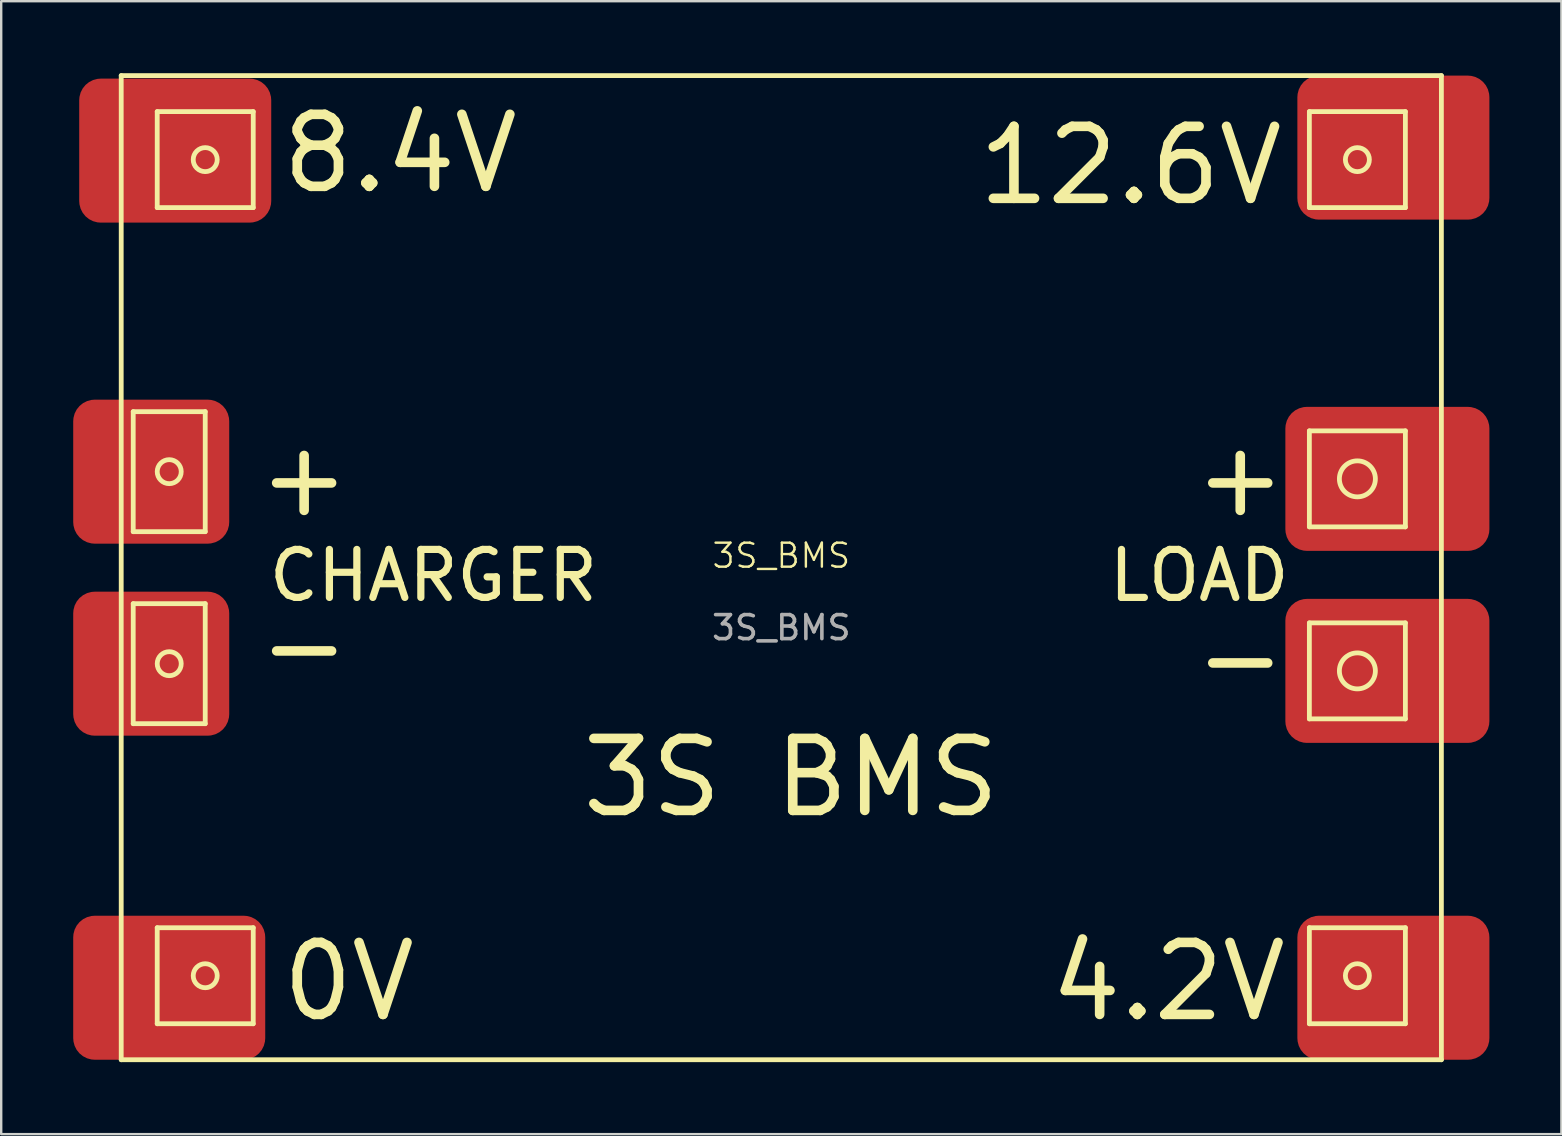
<source format=kicad_pcb>
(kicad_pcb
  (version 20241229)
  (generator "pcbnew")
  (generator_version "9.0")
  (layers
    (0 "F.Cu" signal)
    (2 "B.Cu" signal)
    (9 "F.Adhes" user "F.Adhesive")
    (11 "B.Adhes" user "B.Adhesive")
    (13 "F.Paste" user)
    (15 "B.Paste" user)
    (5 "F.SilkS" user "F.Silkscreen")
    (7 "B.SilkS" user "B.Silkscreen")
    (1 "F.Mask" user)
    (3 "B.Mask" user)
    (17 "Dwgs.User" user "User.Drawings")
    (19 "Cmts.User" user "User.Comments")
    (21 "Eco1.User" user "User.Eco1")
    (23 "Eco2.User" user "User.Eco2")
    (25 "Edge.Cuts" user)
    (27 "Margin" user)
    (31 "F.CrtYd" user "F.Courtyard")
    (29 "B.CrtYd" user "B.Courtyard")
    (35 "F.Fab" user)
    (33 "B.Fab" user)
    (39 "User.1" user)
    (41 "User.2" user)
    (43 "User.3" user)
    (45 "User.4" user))
  (footprint "3S_BMS"
    (layer "F.Cu")
    (at 29.5 20.6)
    (property "Reference" "3S_BMS" (at 0 -0.5 0) (unlocked yes) (layer "F.SilkS") (effects (font (size 1 1) (thickness 0.1))))
    (attr smd)
    (fp_line (start -27.5 -20.5) (end -27.5 20.5) (stroke (width 0.2) (type default)) (layer "F.SilkS"))
    (fp_line (start -27.5 20.5) (end 27.5 20.5) (stroke (width 0.2) (type default)) (layer "F.SilkS"))
    (fp_line (start -27 -6.5) (end -27 -1.5) (stroke (width 0.2) (type default)) (layer "F.SilkS"))
    (fp_line (start -27 -1.5) (end -24 -1.5) (stroke (width 0.2) (type default)) (layer "F.SilkS"))
    (fp_line (start -27 1.5) (end -27 6.5) (stroke (width 0.2) (type default)) (layer "F.SilkS"))
    (fp_line (start -27 6.5) (end -24 6.5) (stroke (width 0.2) (type default)) (layer "F.SilkS"))
    (fp_line (start -26 -19) (end -26 -15) (stroke (width 0.2) (type default)) (layer "F.SilkS"))
    (fp_line (start -26 -15) (end -22 -15) (stroke (width 0.2) (type default)) (layer "F.SilkS"))
    (fp_line (start -26 15) (end -26 19) (stroke (width 0.2) (type default)) (layer "F.SilkS"))
    (fp_line (start -26 19) (end -22 19) (stroke (width 0.2) (type default)) (layer "F.SilkS"))
    (fp_line (start -24 -6.5) (end -27 -6.5) (stroke (width 0.2) (type default)) (layer "F.SilkS"))
    (fp_line (start -24 -1.5) (end -24 -6.5) (stroke (width 0.2) (type default)) (layer "F.SilkS"))
    (fp_line (start -24 1.5) (end -27 1.5) (stroke (width 0.2) (type default)) (layer "F.SilkS"))
    (fp_line (start -24 6.5) (end -24 1.5) (stroke (width 0.2) (type default)) (layer "F.SilkS"))
    (fp_line (start -22 -19) (end -26 -19) (stroke (width 0.2) (type default)) (layer "F.SilkS"))
    (fp_line (start -22 -15) (end -22 -19) (stroke (width 0.2) (type default)) (layer "F.SilkS"))
    (fp_line (start -22 15) (end -26 15) (stroke (width 0.2) (type default)) (layer "F.SilkS"))
    (fp_line (start -22 19) (end -22 15) (stroke (width 0.2) (type default)) (layer "F.SilkS"))
    (fp_line (start 22 -19) (end 22 -15) (stroke (width 0.2) (type default)) (layer "F.SilkS"))
    (fp_line (start 22 -15) (end 26 -15) (stroke (width 0.2) (type default)) (layer "F.SilkS"))
    (fp_line (start 22 -5.7) (end 22 -1.7) (stroke (width 0.2) (type default)) (layer "F.SilkS"))
    (fp_line (start 22 -1.7) (end 26 -1.7) (stroke (width 0.2) (type default)) (layer "F.SilkS"))
    (fp_line (start 22 2.3) (end 22 6.3) (stroke (width 0.2) (type default)) (layer "F.SilkS"))
    (fp_line (start 22 6.3) (end 26 6.3) (stroke (width 0.2) (type default)) (layer "F.SilkS"))
    (fp_line (start 22 15) (end 22 19) (stroke (width 0.2) (type default)) (layer "F.SilkS"))
    (fp_line (start 22 19) (end 26 19) (stroke (width 0.2) (type default)) (layer "F.SilkS"))
    (fp_line (start 26 -19) (end 22 -19) (stroke (width 0.2) (type default)) (layer "F.SilkS"))
    (fp_line (start 26 -15) (end 26 -19) (stroke (width 0.2) (type default)) (layer "F.SilkS"))
    (fp_line (start 26 -5.7) (end 22 -5.7) (stroke (width 0.2) (type default)) (layer "F.SilkS"))
    (fp_line (start 26 -1.7) (end 26 -5.7) (stroke (width 0.2) (type default)) (layer "F.SilkS"))
    (fp_line (start 26 2.3) (end 22 2.3) (stroke (width 0.2) (type default)) (layer "F.SilkS"))
    (fp_line (start 26 6.3) (end 26 2.3) (stroke (width 0.2) (type default)) (layer "F.SilkS"))
    (fp_line (start 26 15) (end 22 15) (stroke (width 0.2) (type default)) (layer "F.SilkS"))
    (fp_line (start 26 19) (end 26 15) (stroke (width 0.2) (type default)) (layer "F.SilkS"))
    (fp_line (start 27.5 -20.5) (end -27.5 -20.5) (stroke (width 0.2) (type default)) (layer "F.SilkS"))
    (fp_line (start 27.5 20.5) (end 27.5 -20.5) (stroke (width 0.2) (type default)) (layer "F.SilkS"))
    (fp_circle (center -25.5 -4) (end -25.5 -3.5) (stroke (width 0.2) (type default)) (fill no) (layer "F.SilkS"))
    (fp_circle (center -25.5 4) (end -25.5 4.5) (stroke (width 0.2) (type default)) (fill no) (layer "F.SilkS"))
    (fp_circle (center -24 -17) (end -24 -16.5) (stroke (width 0.2) (type default)) (fill no) (layer "F.SilkS"))
    (fp_circle (center -24 17) (end -24 17.5) (stroke (width 0.2) (type default)) (fill no) (layer "F.SilkS"))
    (fp_circle (center 24 -17) (end 24 -16.5) (stroke (width 0.2) (type default)) (fill no) (layer "F.SilkS"))
    (fp_circle (center 24 -3.7) (end 24 -2.95) (stroke (width 0.2) (type default)) (fill no) (layer "F.SilkS"))
    (fp_circle (center 24 4.3) (end 24 5.05) (stroke (width 0.2) (type default)) (fill no) (layer "F.SilkS"))
    (fp_circle (center 24 17) (end 24 17.5) (stroke (width 0.2) (type default)) (fill no) (layer "F.SilkS"))
    (fp_text user "+" (at -22 -2 0) (unlocked yes) (layer "F.SilkS") (effects (font (size 3 3) (thickness 0.4)) (justify left bottom)))
    (fp_text user "+" (at 17 -2 0) (unlocked yes) (layer "F.SilkS") (effects (font (size 3 3) (thickness 0.4)) (justify left bottom)))
    (fp_text user "12.6V" (at 8 -15 0) (unlocked yes) (layer "F.SilkS") (effects (font (size 3 3) (thickness 0.4)) (justify left bottom)))
    (fp_text user "CHARGER" (at -21.5 1.5 0) (unlocked yes) (layer "F.SilkS") (effects (font (size 2 2) (thickness 0.3)) (justify left bottom)))
    (fp_text user "3S BMS" (at -8.5 10.5 0) (unlocked yes) (layer "F.SilkS") (effects (font (size 3 3) (thickness 0.4)) (justify left bottom)))
    (fp_text user "-" (at -22 5 0) (unlocked yes) (layer "F.SilkS") (effects (font (size 3 3) (thickness 0.4)) (justify left bottom)))
    (fp_text user "8.4V" (at -21 -15.5 0) (unlocked yes) (layer "F.SilkS") (effects (font (size 3 3) (thickness 0.4)) (justify left bottom)))
    (fp_text user "4.2V" (at 11 19 0) (unlocked yes) (layer "F.SilkS") (effects (font (size 3 3) (thickness 0.4)) (justify left bottom)))
    (fp_text user "LOAD" (at 13.5 1.5 0) (unlocked yes) (layer "F.SilkS") (effects (font (size 2 2) (thickness 0.3)) (justify left bottom)))
    (fp_text user "0V" (at -21 19 0) (unlocked yes) (layer "F.SilkS") (effects (font (size 3 3) (thickness 0.4)) (justify left bottom)))
    (fp_text user "-" (at 17 5.5 0) (unlocked yes) (layer "F.SilkS") (effects (font (size 3 3) (thickness 0.4)) (justify left bottom)))
    (fp_text user "${REFERENCE}" (at 0 2.5 0) (unlocked yes) (layer "F.Fab") (effects (font (size 1 1) (thickness 0.15))))
    (pad "1" smd roundrect (at -24 17 90) (size 6 8) (drill (offset -0.5 -1.5)) (layers "F.Cu" "F.Mask" "F.Paste") (roundrect_rratio 0.15))
    (pad "2" smd roundrect (at 24 17 180) (size 8 6) (drill (offset -1.5 -0.5)) (layers "F.Cu" "F.Mask" "F.Paste") (roundrect_rratio 0.15))
    (pad "3" smd roundrect (at -24 -17) (size 8 6) (drill (offset -1.25 -0.375)) (layers "F.Cu" "F.Mask" "F.Paste") (roundrect_rratio 0.15))
    (pad "4" smd roundrect (at 24 -17 270) (size 6 8) (drill (offset -0.5 -1.5)) (layers "F.Cu" "F.Mask" "F.Paste") (roundrect_rratio 0.15))
    (pad "5" smd roundrect (at -25.5 -4 270) (size 6 6.5) (drill (offset 0 0.75)) (layers "F.Cu" "F.Mask" "F.Paste") (roundrect_rratio 0.15))
    (pad "6" smd roundrect (at -25.5 4 270) (size 6 6.5) (drill (offset 0 0.75)) (layers "F.Cu" "F.Mask" "F.Paste") (roundrect_rratio 0.15))
    (pad "7" smd roundrect (at 24 -3.7 90) (size 6 8.5) (drill (offset 0 1.25)) (layers "F.Cu" "F.Mask" "F.Paste") (roundrect_rratio 0.15))
    (pad "8" smd roundrect (at 24 4.3 90) (size 6 8.5) (drill (offset 0 1.25)) (layers "F.Cu" "F.Mask" "F.Paste") (roundrect_rratio 0.15)))
  (gr_rect
    (start -3 -3)
    (end 62 44.2)
    (stroke (width 0.1) (type default))
    (fill no)
    (layer "Edge.Cuts")))
</source>
